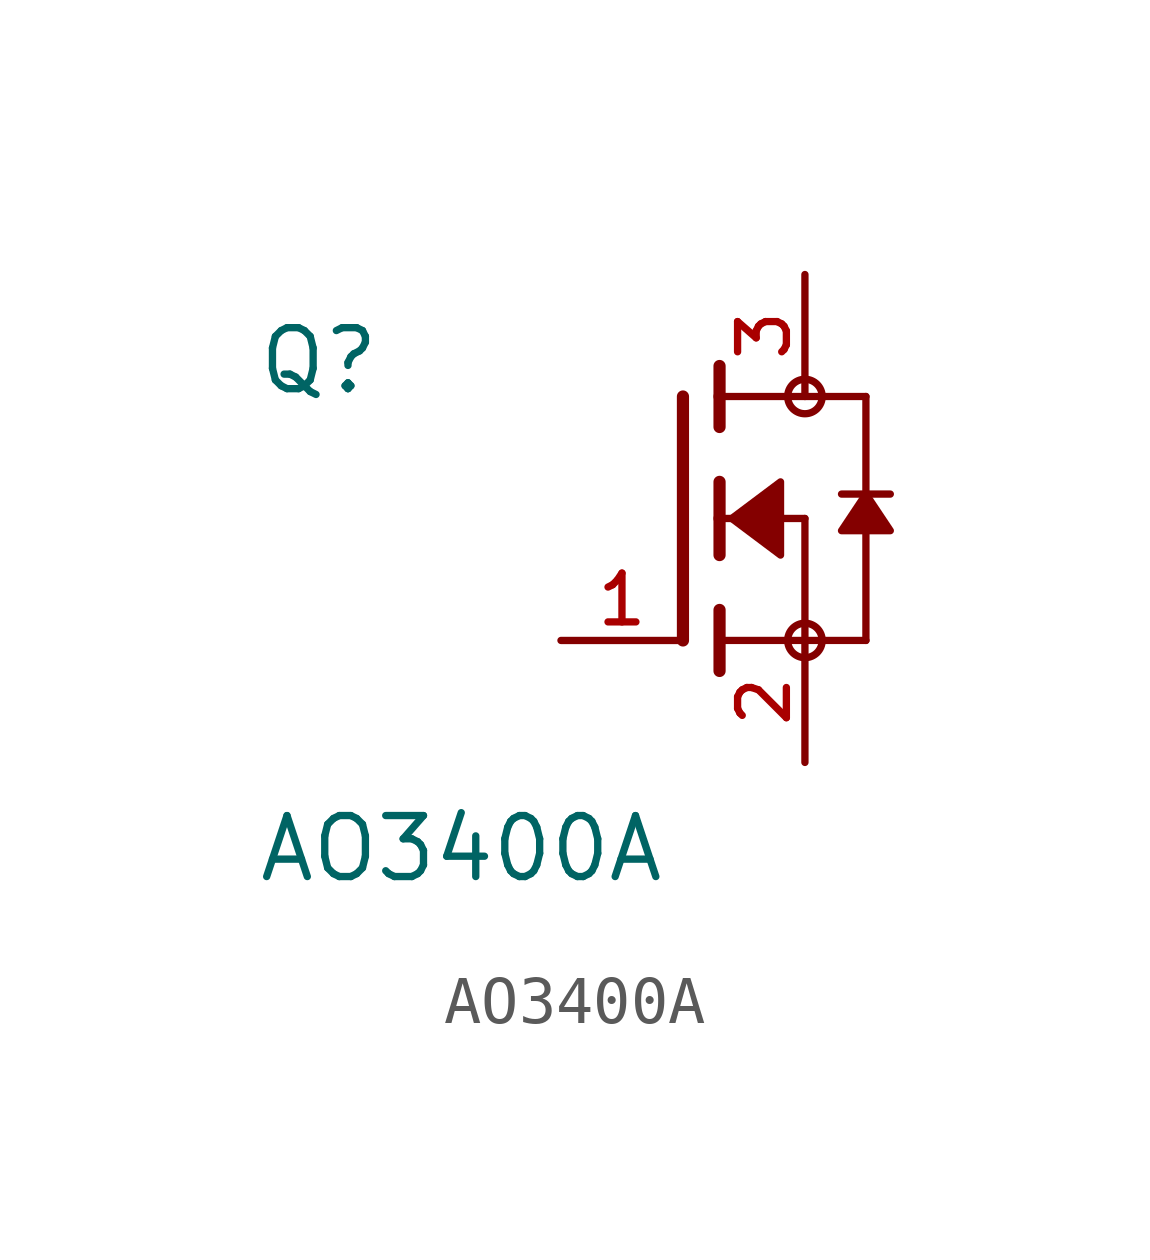
<source format=kicad_sym>
(kicad_symbol_lib
  (version 20211014)
  (generator kicad_symbol_editor)
  (symbol "AO3400A"
    (pin_names
      (offset 1.016))
    (property "Reference" "Q"
      (at -8.89 2.54 0)
      (effects (font (size 1.27 1.27)) (justify bottom left)))
    (property "Value" "AO3400A"
      (at -8.89 -7.62 0)
      (effects (font (size 1.27 1.27)) (justify bottom left)))
    (symbol "AO3400A_0_0"
      (polyline (pts (xy 0.762 0.762) (xy 0.762 0.0)) (stroke (width 0.254)))
      (polyline (pts (xy 0.762 0.0) (xy 0.762 -0.762)) (stroke (width 0.254)))
      (polyline (pts (xy 0.762 3.175) (xy 0.762 2.54)) (stroke (width 0.254)))
      (polyline (pts (xy 0.762 2.54) (xy 0.762 1.905)) (stroke (width 0.254)))
      (polyline (pts (xy 0.762 0.0) (xy 2.54 0.0)) (stroke (width 0.152)))
      (polyline (pts (xy 2.54 0.0) (xy 2.54 -2.54)) (stroke (width 0.152)))
      (polyline (pts (xy 0.762 -1.905) (xy 0.762 -3.175)) (stroke (width 0.254)))
      (polyline (pts (xy 0.0 2.54) (xy 0.0 -2.54)) (stroke (width 0.254)))
      (polyline (pts (xy 3.81 -2.54) (xy 0.762 -2.54)) (stroke (width 0.152)))
      (polyline (pts (xy 3.81 2.54) (xy 3.81 0.508)) (stroke (width 0.152)))
      (polyline (pts (xy 3.81 0.508) (xy 3.81 -2.54)) (stroke (width 0.152)))
      (polyline (pts (xy 0.762 2.54) (xy 3.81 2.54)) (stroke (width 0.152)))
      (polyline (pts (xy 4.318 0.508) (xy 3.81 0.508)) (stroke (width 0.152)))
      (polyline (pts (xy 3.81 0.508) (xy 3.302 0.508)) (stroke (width 0.152)))
      (circle (center 2.54 -2.54) (radius 0.359) (stroke (width 0.0)) (fill (type none)))
      (circle (center 2.54 2.54) (radius 0.359) (stroke (width 0.0)) (fill (type none)))
      (polyline (pts (xy 3.81 0.508) (xy 3.302 -0.254) (xy 4.318 -0.254) (xy 3.81 0.508)) (stroke (width 0.152)) (fill (type outline)))
      (polyline (pts (xy 1.016 0.0) (xy 2.032 0.762) (xy 2.032 -0.762) (xy 1.016 0.0)) (stroke (width 0.152)) (fill (type outline)))
      (pin passive line (at 2.54 -5.08 90.0) (length 2.54) (name "~" (effects (font (size 1.016 1.016)))) (number "2" (effects (font (size 1.016 1.016)))))
      (pin passive line (at -2.54 -2.54 0) (length 2.54) (name "~" (effects (font (size 1.016 1.016)))) (number "1" (effects (font (size 1.016 1.016)))))
      (pin passive line (at 2.54 5.08 270.0) (length 2.54) (name "~" (effects (font (size 1.016 1.016)))) (number "3" (effects (font (size 1.016 1.016))))))))
</source>
